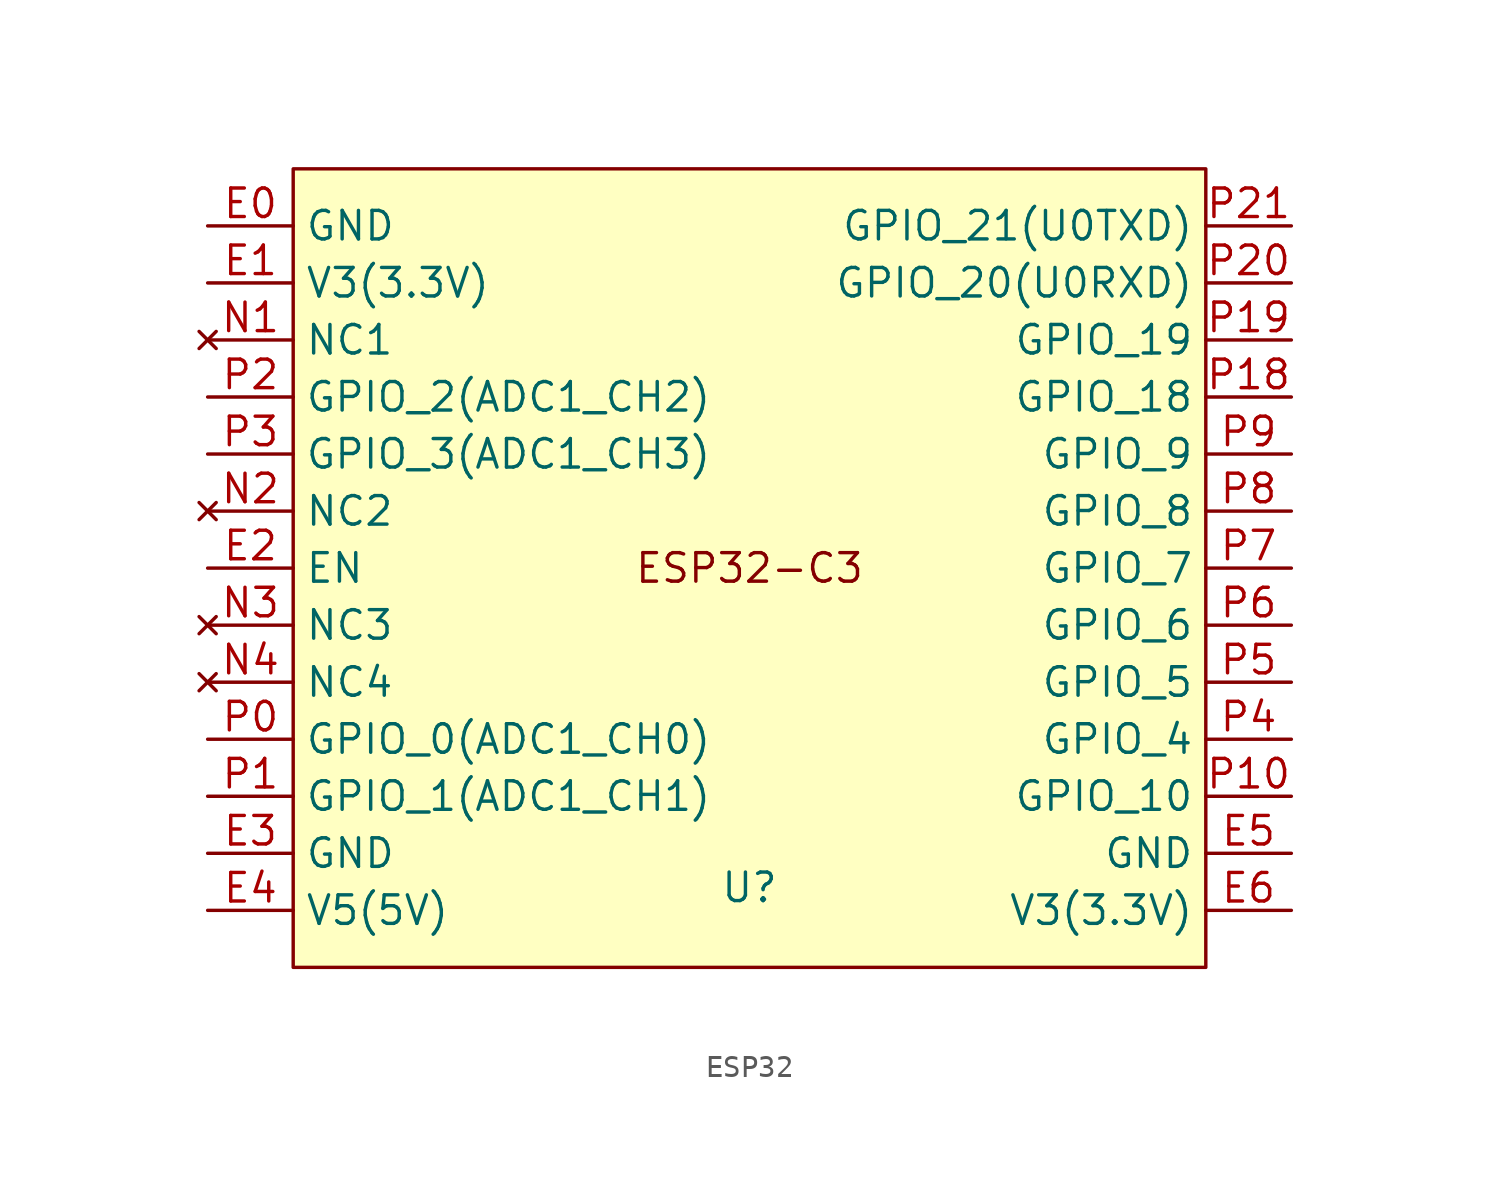
<source format=kicad_sym>
(kicad_symbol_lib
  (version 20231120)
  (generator "kicad_symbol_editor")
  (generator_version "8.0")
  (symbol "ESP32"
    (property "Reference" "U"
      (at 0 -14.224 0)
      (effects (font (size 1.27 1.27))))
    (property "Value" ""
      (at -7.62 1.27 0)
      (effects (font (size 1.27 1.27))))
    (symbol "ESP32_1_1"
      (rectangle (start -20.32 17.78) (end 20.32 -17.78) (stroke (width 0) (type default)) (fill (type background)))
      (text "ESP32-C3" (at 0 0 0) (effects (font (size 1.27 1.27))))
      (pin bidirectional line (at -24.13 15.24 0) (length 3.81) (name "GND" (effects (font (size 1.27 1.27)))) (number "E0" (effects (font (size 1.27 1.27)))))
      (pin bidirectional line (at -24.13 12.7 0) (length 3.81) (name "V3(3.3V)" (effects (font (size 1.27 1.27)))) (number "E1" (effects (font (size 1.27 1.27)))))
      (pin input line (at -24.13 0 0) (length 3.81) (name "EN" (effects (font (size 1.27 1.27)))) (number "E2" (effects (font (size 1.27 1.27)))))
      (pin bidirectional line (at -24.13 -12.7 0) (length 3.81) (name "GND" (effects (font (size 1.27 1.27)))) (number "E3" (effects (font (size 1.27 1.27)))))
      (pin bidirectional line (at -24.13 -15.24 0) (length 3.81) (name "V5(5V)" (effects (font (size 1.27 1.27)))) (number "E4" (effects (font (size 1.27 1.27)))))
      (pin bidirectional line (at 24.13 -12.7 180) (length 3.81) (name "GND" (effects (font (size 1.27 1.27)))) (number "E5" (effects (font (size 1.27 1.27)))))
      (pin bidirectional line (at 24.13 -15.24 180) (length 3.81) (name "V3(3.3V)" (effects (font (size 1.27 1.27)))) (number "E6" (effects (font (size 1.27 1.27)))))
      (pin no_connect line (at -24.13 10.16 0) (length 3.81) (name "NC1" (effects (font (size 1.27 1.27)))) (number "N1" (effects (font (size 1.27 1.27)))))
      (pin no_connect line (at -24.13 2.54 0) (length 3.81) (name "NC2" (effects (font (size 1.27 1.27)))) (number "N2" (effects (font (size 1.27 1.27)))))
      (pin no_connect line (at -24.13 -2.54 0) (length 3.81) (name "NC3" (effects (font (size 1.27 1.27)))) (number "N3" (effects (font (size 1.27 1.27)))))
      (pin no_connect line (at -24.13 -5.08 0) (length 3.81) (name "NC4" (effects (font (size 1.27 1.27)))) (number "N4" (effects (font (size 1.27 1.27)))))
      (pin bidirectional line (at -24.13 -7.62 0) (length 3.81) (name "GPIO_0(ADC1_CH0)" (effects (font (size 1.27 1.27)))) (number "P0" (effects (font (size 1.27 1.27)))))
      (pin bidirectional line (at -24.13 -10.16 0) (length 3.81) (name "GPIO_1(ADC1_CH1)" (effects (font (size 1.27 1.27)))) (number "P1" (effects (font (size 1.27 1.27)))))
      (pin bidirectional line (at 24.13 -10.16 180) (length 3.81) (name "GPIO_10" (effects (font (size 1.27 1.27)))) (number "P10" (effects (font (size 1.27 1.27)))))
      (pin bidirectional line (at 24.13 7.62 180) (length 3.81) (name "GPIO_18" (effects (font (size 1.27 1.27)))) (number "P18" (effects (font (size 1.27 1.27)))))
      (pin bidirectional line (at 24.13 10.16 180) (length 3.81) (name "GPIO_19" (effects (font (size 1.27 1.27)))) (number "P19" (effects (font (size 1.27 1.27)))))
      (pin bidirectional line (at -24.13 7.62 0) (length 3.81) (name "GPIO_2(ADC1_CH2)" (effects (font (size 1.27 1.27)))) (number "P2" (effects (font (size 1.27 1.27)))))
      (pin bidirectional line (at 24.13 12.7 180) (length 3.81) (name "GPIO_20(U0RXD)" (effects (font (size 1.27 1.27)))) (number "P20" (effects (font (size 1.27 1.27)))))
      (pin bidirectional line (at 24.13 15.24 180) (length 3.81) (name "GPIO_21(U0TXD)" (effects (font (size 1.27 1.27)))) (number "P21" (effects (font (size 1.27 1.27)))))
      (pin bidirectional line (at -24.13 5.08 0) (length 3.81) (name "GPIO_3(ADC1_CH3)" (effects (font (size 1.27 1.27)))) (number "P3" (effects (font (size 1.27 1.27)))))
      (pin bidirectional line (at 24.13 -7.62 180) (length 3.81) (name "GPIO_4" (effects (font (size 1.27 1.27)))) (number "P4" (effects (font (size 1.27 1.27)))))
      (pin bidirectional line (at 24.13 -5.08 180) (length 3.81) (name "GPIO_5" (effects (font (size 1.27 1.27)))) (number "P5" (effects (font (size 1.27 1.27)))))
      (pin bidirectional line (at 24.13 -2.54 180) (length 3.81) (name "GPIO_6" (effects (font (size 1.27 1.27)))) (number "P6" (effects (font (size 1.27 1.27)))))
      (pin bidirectional line (at 24.13 0 180) (length 3.81) (name "GPIO_7" (effects (font (size 1.27 1.27)))) (number "P7" (effects (font (size 1.27 1.27)))))
      (pin bidirectional line (at 24.13 2.54 180) (length 3.81) (name "GPIO_8" (effects (font (size 1.27 1.27)))) (number "P8" (effects (font (size 1.27 1.27)))))
      (pin bidirectional line (at 24.13 5.08 180) (length 3.81) (name "GPIO_9" (effects (font (size 1.27 1.27)))) (number "P9" (effects (font (size 1.27 1.27))))))))
</source>
